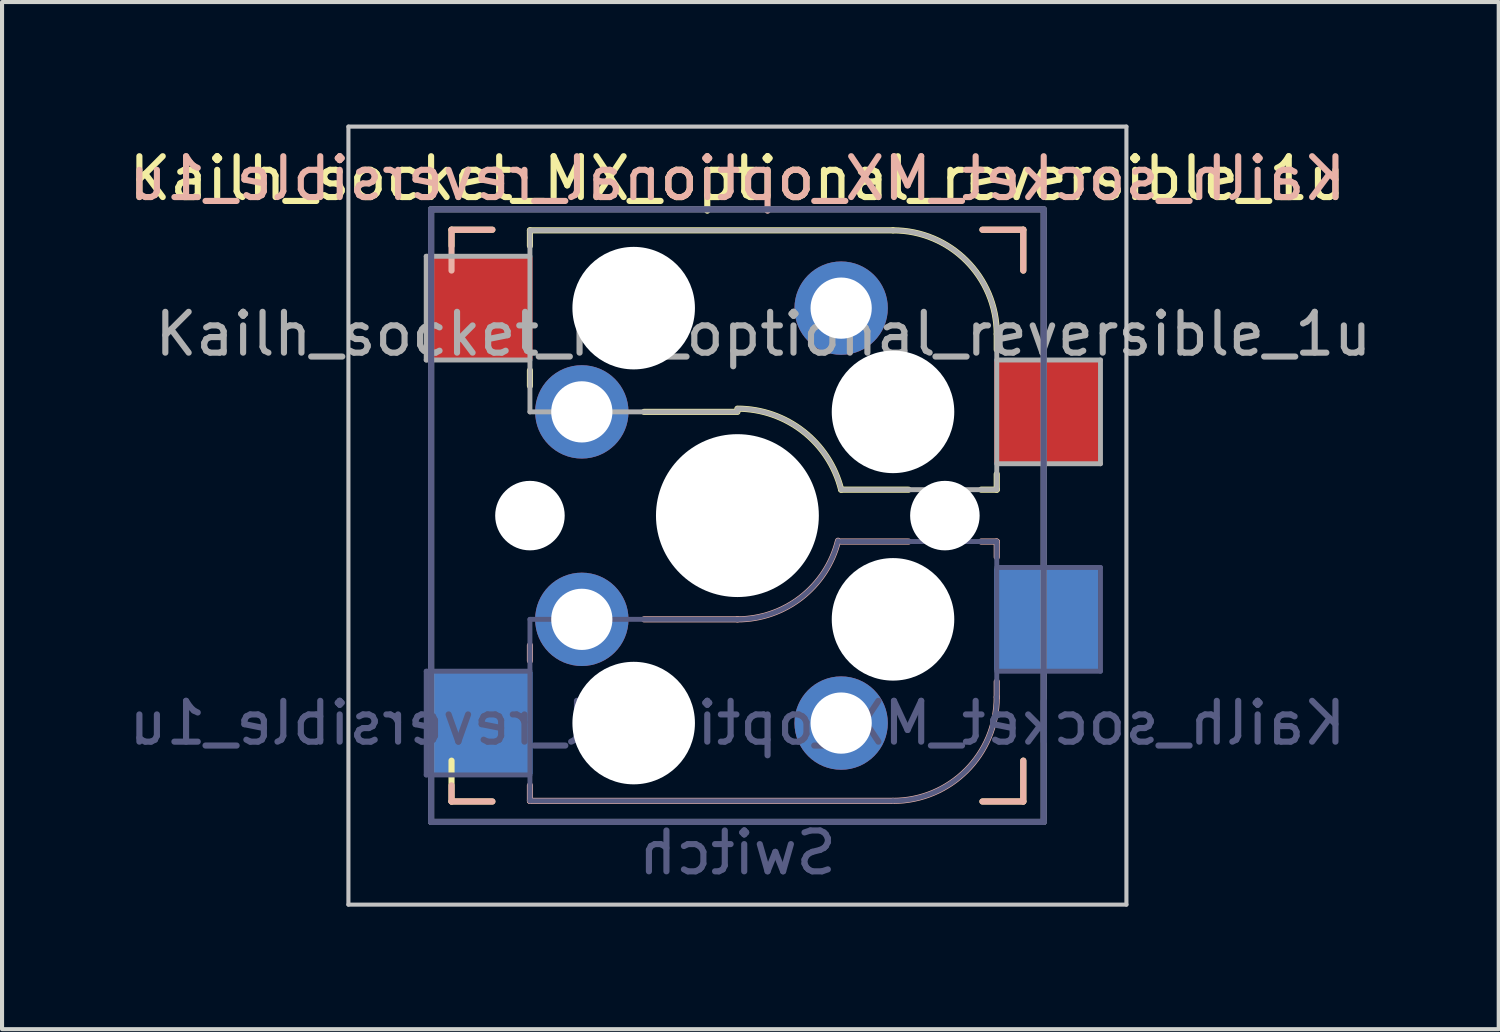
<source format=kicad_pcb>
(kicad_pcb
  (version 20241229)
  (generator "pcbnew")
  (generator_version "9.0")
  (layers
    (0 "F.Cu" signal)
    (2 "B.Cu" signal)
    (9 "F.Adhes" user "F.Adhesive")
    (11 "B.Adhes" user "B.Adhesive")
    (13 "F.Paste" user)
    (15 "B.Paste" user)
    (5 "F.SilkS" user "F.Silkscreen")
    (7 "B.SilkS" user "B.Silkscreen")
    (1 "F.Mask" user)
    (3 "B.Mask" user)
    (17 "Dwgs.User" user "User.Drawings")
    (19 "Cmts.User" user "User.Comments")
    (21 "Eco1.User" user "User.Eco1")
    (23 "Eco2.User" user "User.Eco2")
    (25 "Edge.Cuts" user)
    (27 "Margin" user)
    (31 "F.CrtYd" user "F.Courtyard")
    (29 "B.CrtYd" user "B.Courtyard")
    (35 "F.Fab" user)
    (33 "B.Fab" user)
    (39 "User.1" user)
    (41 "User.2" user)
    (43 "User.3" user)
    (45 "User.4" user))
  (footprint "Kailh_socket_MX_optional_reversible_1u"
    (layer "F.Cu")
    (at 15.006 9.575)
    (property "Reference" "Kailh_socket_MX_optional_reversible_1u" (at 0 -8.255 0) (layer "F.SilkS") (effects (font (size 1 1) (thickness 0.15))))
    (property "Value" "Switch" (at 0 8.255 0) (layer "F.Fab") (hide yes) (effects (font (size 1 1) (thickness 0.15))))
    (attr smd)
    (fp_line (start -7 -7) (end -6 -7) (stroke (width 0.15) (type solid)) (layer "F.SilkS"))
    (fp_line (start -7 -6.604) (end -7 -7) (stroke (width 0.15) (type solid)) (layer "F.SilkS"))
    (fp_line (start -7 7) (end -7 6) (stroke (width 0.15) (type solid)) (layer "F.SilkS"))
    (fp_line (start -6 7) (end -7 7) (stroke (width 0.15) (type solid)) (layer "F.SilkS"))
    (fp_line (start -5.08 -6.985) (end -5.08 -6.604) (stroke (width 0.15) (type solid)) (layer "F.SilkS"))
    (fp_line (start -5.08 -3.556) (end -5.08 -3.175) (stroke (width 0.15) (type solid)) (layer "F.SilkS"))
    (fp_line (start -2.286 -2.54) (end 0 -2.54) (stroke (width 0.15) (type solid)) (layer "F.SilkS"))
    (fp_line (start 2.54 -0.635) (end 4.191 -0.635) (stroke (width 0.15) (type solid)) (layer "F.SilkS"))
    (fp_line (start 3.81 -6.985) (end -5.08 -6.985) (stroke (width 0.15) (type solid)) (layer "F.SilkS"))
    (fp_line (start 5.969 -0.635) (end 6.35 -0.635) (stroke (width 0.15) (type solid)) (layer "F.SilkS"))
    (fp_line (start 6 -7) (end 7 -7) (stroke (width 0.15) (type solid)) (layer "F.SilkS"))
    (fp_line (start 6.35 -4.445) (end 6.35 -4.064) (stroke (width 0.15) (type solid)) (layer "F.SilkS"))
    (fp_line (start 6.35 -0.635) (end 6.35 -1.016) (stroke (width 0.15) (type solid)) (layer "F.SilkS"))
    (fp_line (start 7 -7) (end 7 -6) (stroke (width 0.15) (type solid)) (layer "F.SilkS"))
    (fp_line (start 7 6) (end 7 7) (stroke (width 0.15) (type solid)) (layer "F.SilkS"))
    (fp_line (start 7 7) (end 6 7) (stroke (width 0.15) (type solid)) (layer "F.SilkS"))
    (fp_arc (start 0.000001 -2.618171) (mid 1.611255 -2.063656) (end 2.539999 -0.634999) (stroke (width 0.15) (type solid)) (layer "F.SilkS"))
    (fp_arc (start 3.81 -6.985) (mid 5.606051 -6.241051) (end 6.35 -4.445) (stroke (width 0.15) (type solid)) (layer "F.SilkS"))
    (fp_line (start -7 -7) (end -6 -7) (stroke (width 0.15) (type solid)) (layer "B.SilkS"))
    (fp_line (start -7 -6) (end -7 -7) (stroke (width 0.15) (type solid)) (layer "B.SilkS"))
    (fp_line (start -7 7) (end -7 6.604) (stroke (width 0.15) (type solid)) (layer "B.SilkS"))
    (fp_line (start -6 7) (end -7 7) (stroke (width 0.15) (type solid)) (layer "B.SilkS"))
    (fp_line (start -5.08 3.175) (end -5.08 3.556) (stroke (width 0.15) (type solid)) (layer "B.SilkS"))
    (fp_line (start -5.08 6.604) (end -5.08 6.985) (stroke (width 0.15) (type solid)) (layer "B.SilkS"))
    (fp_line (start -5.08 6.985) (end 3.81 6.985) (stroke (width 0.15) (type solid)) (layer "B.SilkS"))
    (fp_line (start 0 2.54) (end -2.286 2.54) (stroke (width 0.15) (type solid)) (layer "B.SilkS"))
    (fp_line (start 4.191 0.635) (end 2.54 0.635) (stroke (width 0.15) (type solid)) (layer "B.SilkS"))
    (fp_line (start 6 -7) (end 7 -7) (stroke (width 0.15) (type solid)) (layer "B.SilkS"))
    (fp_line (start 6.35 0.635) (end 5.969 0.635) (stroke (width 0.15) (type solid)) (layer "B.SilkS"))
    (fp_line (start 6.35 1.016) (end 6.35 0.635) (stroke (width 0.15) (type solid)) (layer "B.SilkS"))
    (fp_line (start 6.35 4.445) (end 6.35 4.064) (stroke (width 0.15) (type solid)) (layer "B.SilkS"))
    (fp_line (start 7 -7) (end 7 -6) (stroke (width 0.15) (type solid)) (layer "B.SilkS"))
    (fp_line (start 7 6) (end 7 7) (stroke (width 0.15) (type solid)) (layer "B.SilkS"))
    (fp_line (start 7 7) (end 6 7) (stroke (width 0.15) (type solid)) (layer "B.SilkS"))
    (fp_arc (start 2.464162 0.61604) (mid 1.563147 2.002042) (end 0 2.54) (stroke (width 0.15) (type solid)) (layer "B.SilkS"))
    (fp_arc (start 6.35 4.445) (mid 5.606051 6.241051) (end 3.81 6.985) (stroke (width 0.15) (type solid)) (layer "B.SilkS"))
    (fp_line (start -9.525 -9.525) (end -9.525 9.525) (stroke (width 0.1) (type solid)) (layer "Dwgs.User"))
    (fp_line (start -9.525 9.525) (end 9.525 9.525) (stroke (width 0.1) (type solid)) (layer "Dwgs.User"))
    (fp_line (start 9.525 -9.525) (end -9.525 -9.525) (stroke (width 0.1) (type solid)) (layer "Dwgs.User"))
    (fp_line (start 9.525 9.525) (end 9.525 -9.525) (stroke (width 0.1) (type solid)) (layer "Dwgs.User"))
    (fp_line (start -6.9 6.9) (end -6.9 -6.9) (stroke (width 0.15) (type solid)) (layer "Eco2.User"))
    (fp_line (start -6.9 6.9) (end 6.9 6.9) (stroke (width 0.15) (type solid)) (layer "Eco2.User"))
    (fp_line (start 6.9 -6.9) (end -6.9 -6.9) (stroke (width 0.15) (type solid)) (layer "Eco2.User"))
    (fp_line (start 6.9 -6.9) (end 6.9 6.9) (stroke (width 0.15) (type solid)) (layer "Eco2.User"))
    (fp_line (start -7.62 3.81) (end -7.62 6.35) (stroke (width 0.12) (type solid)) (layer "B.Fab"))
    (fp_line (start -7.62 6.35) (end -5.08 6.35) (stroke (width 0.12) (type solid)) (layer "B.Fab"))
    (fp_line (start -7.5 -7.5) (end 7.5 -7.5) (stroke (width 0.15) (type solid)) (layer "B.Fab"))
    (fp_line (start -7.5 7.5) (end -7.5 -7.5) (stroke (width 0.15) (type solid)) (layer "B.Fab"))
    (fp_line (start -5.08 2.54) (end -5.08 6.985) (stroke (width 0.12) (type solid)) (layer "B.Fab"))
    (fp_line (start -5.08 3.81) (end -7.62 3.81) (stroke (width 0.12) (type solid)) (layer "B.Fab"))
    (fp_line (start -5.08 6.985) (end 3.81 6.985) (stroke (width 0.12) (type solid)) (layer "B.Fab"))
    (fp_line (start 0 2.54) (end -5.08 2.54) (stroke (width 0.12) (type solid)) (layer "B.Fab"))
    (fp_line (start 6.35 0.635) (end 2.54 0.635) (stroke (width 0.12) (type solid)) (layer "B.Fab"))
    (fp_line (start 6.35 3.81) (end 8.89 3.81) (stroke (width 0.12) (type solid)) (layer "B.Fab"))
    (fp_line (start 6.35 4.445) (end 6.35 0.635) (stroke (width 0.12) (type solid)) (layer "B.Fab"))
    (fp_line (start 7.5 -7.5) (end 7.5 7.5) (stroke (width 0.15) (type solid)) (layer "B.Fab"))
    (fp_line (start 7.5 7.5) (end -7.5 7.5) (stroke (width 0.15) (type solid)) (layer "B.Fab"))
    (fp_line (start 8.89 1.27) (end 6.35 1.27) (stroke (width 0.12) (type solid)) (layer "B.Fab"))
    (fp_line (start 8.89 3.81) (end 8.89 1.27) (stroke (width 0.12) (type solid)) (layer "B.Fab"))
    (fp_arc (start 2.464162 0.61604) (mid 1.563147 2.002042) (end 0 2.54) (stroke (width 0.12) (type solid)) (layer "B.Fab"))
    (fp_arc (start 6.35 4.445) (mid 5.606051 6.241051) (end 3.81 6.985) (stroke (width 0.12) (type solid)) (layer "B.Fab"))
    (fp_line (start -7.62 -6.35) (end -7.62 -3.81) (stroke (width 0.12) (type solid)) (layer "F.Fab"))
    (fp_line (start -7.62 -3.81) (end -5.08 -3.81) (stroke (width 0.12) (type solid)) (layer "F.Fab"))
    (fp_line (start -7.5 -7.5) (end 7.5 -7.5) (stroke (width 0.15) (type solid)) (layer "F.Fab"))
    (fp_line (start -7.5 7.5) (end -7.5 -7.5) (stroke (width 0.15) (type solid)) (layer "F.Fab"))
    (fp_line (start -5.08 -6.985) (end -5.08 -2.54) (stroke (width 0.12) (type solid)) (layer "F.Fab"))
    (fp_line (start -5.08 -6.35) (end -7.62 -6.35) (stroke (width 0.12) (type solid)) (layer "F.Fab"))
    (fp_line (start -5.08 -2.54) (end 0 -2.54) (stroke (width 0.12) (type solid)) (layer "F.Fab"))
    (fp_line (start 2.54 -0.635) (end 6.35 -0.635) (stroke (width 0.12) (type solid)) (layer "F.Fab"))
    (fp_line (start 3.81 -6.985) (end -5.08 -6.985) (stroke (width 0.12) (type solid)) (layer "F.Fab"))
    (fp_line (start 6.35 -1.27) (end 8.89 -1.27) (stroke (width 0.12) (type solid)) (layer "F.Fab"))
    (fp_line (start 6.35 -0.635) (end 6.35 -4.445) (stroke (width 0.12) (type solid)) (layer "F.Fab"))
    (fp_line (start 7.5 -7.5) (end 7.5 7.5) (stroke (width 0.15) (type solid)) (layer "F.Fab"))
    (fp_line (start 7.5 7.5) (end -7.5 7.5) (stroke (width 0.15) (type solid)) (layer "F.Fab"))
    (fp_line (start 8.89 -3.81) (end 6.35 -3.81) (stroke (width 0.12) (type solid)) (layer "F.Fab"))
    (fp_line (start 8.89 -1.27) (end 8.89 -3.81) (stroke (width 0.12) (type solid)) (layer "F.Fab"))
    (fp_arc (start 0.000001 -2.618171) (mid 1.611255 -2.063656) (end 2.539999 -0.634999) (stroke (width 0.12) (type solid)) (layer "F.Fab"))
    (fp_arc (start 3.81 -6.985) (mid 5.606051 -6.241051) (end 6.35 -4.445) (stroke (width 0.12) (type solid)) (layer "F.Fab"))
    (fp_text user "${REFERENCE}" (at 0 -8.255 0) (layer "B.SilkS") (effects (font (size 1 1) (thickness 0.15)) (justify mirror)))
    (fp_text user "${VALUE}" (at 0 8.255 0) (layer "B.Fab") (effects (font (size 1 1) (thickness 0.15)) (justify mirror)))
    (fp_text user "${REFERENCE}" (at 0 5.08 0) (layer "B.Fab") (effects (font (size 1 1) (thickness 0.15)) (justify mirror)))
    (fp_text user "${REFERENCE}" (at 0.635 -4.445 0) (layer "F.Fab") (effects (font (size 1 1) (thickness 0.15))))
    (pad "" np_thru_hole circle (at -5.08 0) (size 1.702 1.702) (drill 1.702) (layers "*.Cu" "*.Mask"))
    (pad "" np_thru_hole circle (at -2.54 -5.08) (size 3 3) (drill 3) (layers "*.Cu" "*.Mask"))
    (pad "" np_thru_hole circle (at -2.54 5.08) (size 3 3) (drill 3) (layers "*.Cu" "*.Mask"))
    (pad "" np_thru_hole circle (at 0 0) (size 3.988 3.988) (drill 3.988) (layers "*.Cu" "*.Mask"))
    (pad "" np_thru_hole circle (at 3.81 -2.54) (size 3 3) (drill 3) (layers "*.Cu" "*.Mask"))
    (pad "" np_thru_hole circle (at 3.81 2.54) (size 3 3) (drill 3) (layers "*.Cu" "*.Mask"))
    (pad "" np_thru_hole circle (at 5.08 0) (size 1.702 1.702) (drill 1.702) (layers "*.Cu" "*.Mask"))
    (pad "1" smd rect (at -6.29 -5.08) (size 2.55 2.5) (layers "F.Cu" "F.Mask" "F.Paste"))
    (pad "1" smd rect (at -6.29 5.08) (size 2.55 2.5) (layers "B.Cu" "B.Mask" "B.Paste"))
    (pad "1" thru_hole circle (at -3.81 -2.54) (size 2.286 2.286) (drill 1.499) (layers "*.Cu" "*.Mask"))
    (pad "1" thru_hole circle (at -3.81 2.54) (size 2.286 2.286) (drill 1.499) (layers "*.Cu" "*.Mask"))
    (pad "2" thru_hole circle (at 2.54 -5.08) (size 2.286 2.286) (drill 1.499) (layers "*.Cu" "*.Mask"))
    (pad "2" thru_hole circle (at 2.54 5.08) (size 2.286 2.286) (drill 1.499) (layers "*.Cu" "*.Mask"))
    (pad "2" smd rect (at 7.56 -2.54) (size 2.55 2.5) (layers "F.Cu" "F.Mask" "F.Paste"))
    (pad "2" smd rect (at 7.56 2.54) (size 2.55 2.5) (layers "B.Cu" "B.Mask" "B.Paste")))
  (gr_rect
    (start -3 -3)
    (end 33.647 22.15)
    (stroke (width 0.1) (type default))
    (fill no)
    (layer "Edge.Cuts")))
</source>
